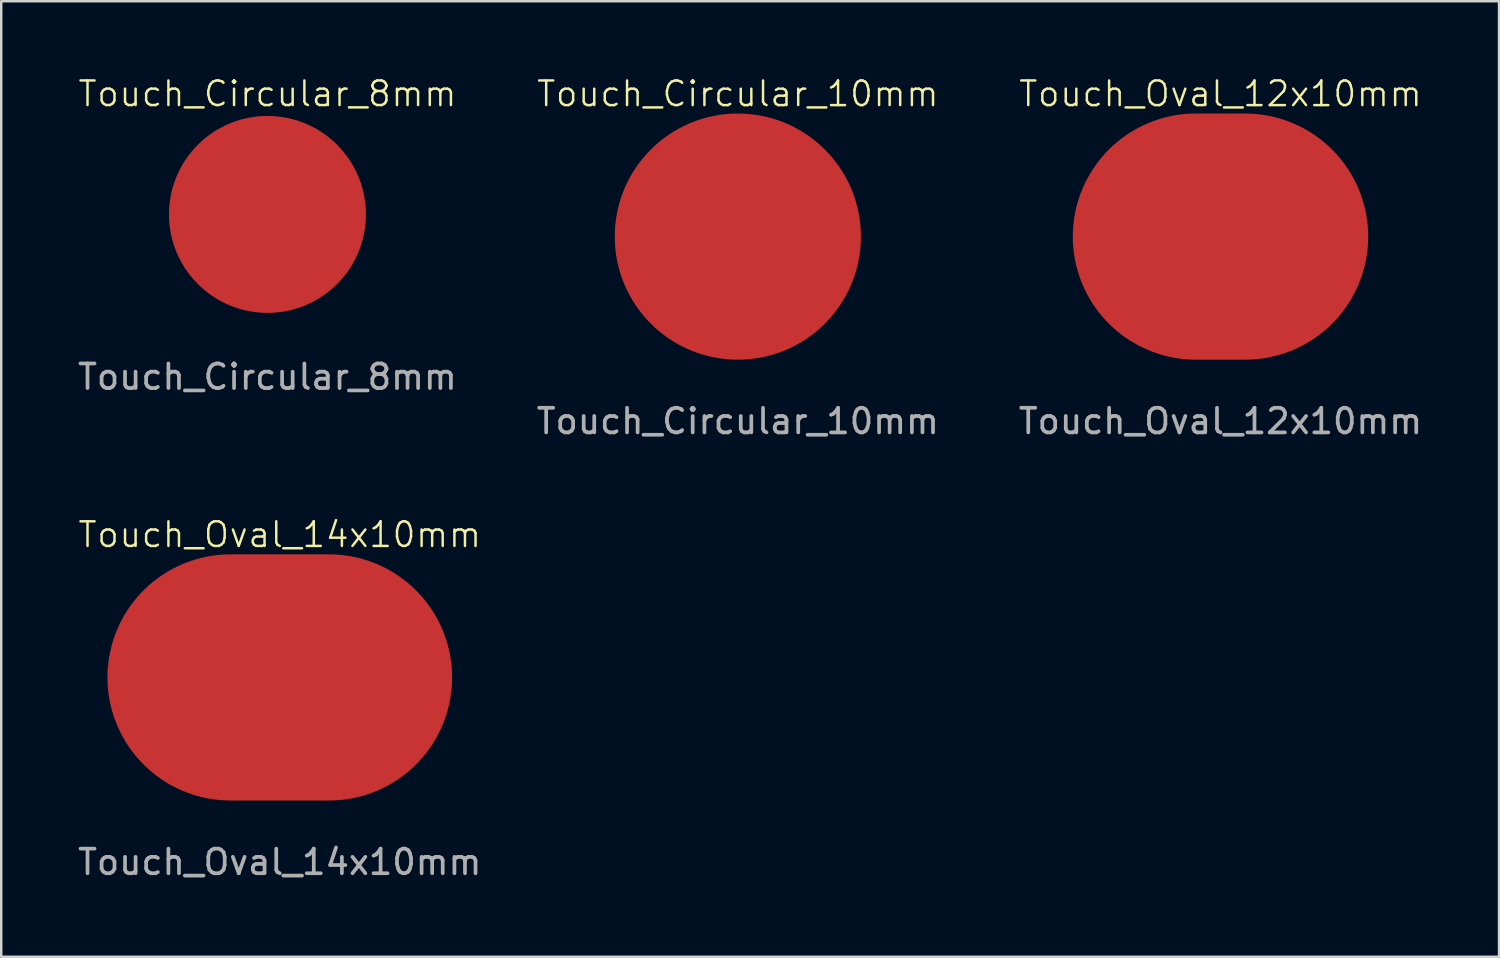
<source format=kicad_pcb>
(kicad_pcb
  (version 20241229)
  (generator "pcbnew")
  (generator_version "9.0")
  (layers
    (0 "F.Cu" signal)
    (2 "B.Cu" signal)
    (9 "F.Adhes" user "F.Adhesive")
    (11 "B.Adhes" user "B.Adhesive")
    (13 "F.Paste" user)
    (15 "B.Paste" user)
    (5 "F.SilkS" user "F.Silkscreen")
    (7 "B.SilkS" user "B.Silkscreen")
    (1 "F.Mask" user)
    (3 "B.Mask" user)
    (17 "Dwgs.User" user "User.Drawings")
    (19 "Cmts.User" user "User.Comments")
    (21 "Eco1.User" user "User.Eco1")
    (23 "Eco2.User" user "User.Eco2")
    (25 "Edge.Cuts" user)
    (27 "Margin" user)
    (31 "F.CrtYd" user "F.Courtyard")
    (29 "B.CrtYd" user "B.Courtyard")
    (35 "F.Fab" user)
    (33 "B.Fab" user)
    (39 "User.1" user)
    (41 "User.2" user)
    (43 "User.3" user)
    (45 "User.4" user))
  (footprint "Touch_Circular_10mm"
    (layer "F.Cu")
    (at 26.923 6.561)
    (property "Reference" "Touch_Circular_10mm" (at 0 -5.8 0) (unlocked yes) (layer "F.SilkS") (effects (font (size 1 1) (thickness 0.1))))
    (attr smd)
    (fp_text user "${REFERENCE}" (at 0 7.5 0) (unlocked yes) (layer "F.Fab") (effects (font (size 1 1) (thickness 0.15))))
    (pad "1" smd circle (at 0 0) (size 10 10) (layers "F.Cu")))
  (footprint "Touch_Oval_14x10mm"
    (layer "F.Cu")
    (at 8.315 24.469)
    (property "Reference" "Touch_Oval_14x10mm" (at 0 -5.8 0) (unlocked yes) (layer "F.SilkS") (effects (font (size 1 1) (thickness 0.1))))
    (attr smd)
    (fp_text user "${REFERENCE}" (at 0 7.5 0) (unlocked yes) (layer "F.Fab") (effects (font (size 1 1) (thickness 0.15))))
    (pad "1" smd oval (at 0 0) (size 14 10) (layers "F.Cu")))
  (footprint "Touch_Oval_12x10mm"
    (layer "F.Cu")
    (at 46.53 6.561)
    (property "Reference" "Touch_Oval_12x10mm" (at 0 -5.8 0) (unlocked yes) (layer "F.SilkS") (effects (font (size 1 1) (thickness 0.1))))
    (attr smd)
    (fp_text user "${REFERENCE}" (at 0 7.5 0) (unlocked yes) (layer "F.Fab") (effects (font (size 1 1) (thickness 0.15))))
    (pad "1" smd oval (at 0 0) (size 12 10) (layers "F.Cu")))
  (footprint "Touch_Circular_8mm"
    (layer "F.Cu")
    (at 7.815 5.66)
    (property "Reference" "Touch_Circular_8mm" (at 0 -4.9 0) (unlocked yes) (layer "F.SilkS") (effects (font (size 1 1) (thickness 0.1))))
    (attr smd)
    (fp_text user "${REFERENCE}" (at 0 6.6 0) (unlocked yes) (layer "F.Fab") (effects (font (size 1 1) (thickness 0.15))))
    (pad "1" smd circle (at 0 0) (size 8 8) (layers "F.Cu")))
  (gr_rect
    (start -3 -3)
    (end 57.845 35.818)
    (stroke (width 0.1) (type default))
    (fill no)
    (layer "Edge.Cuts")))
</source>
